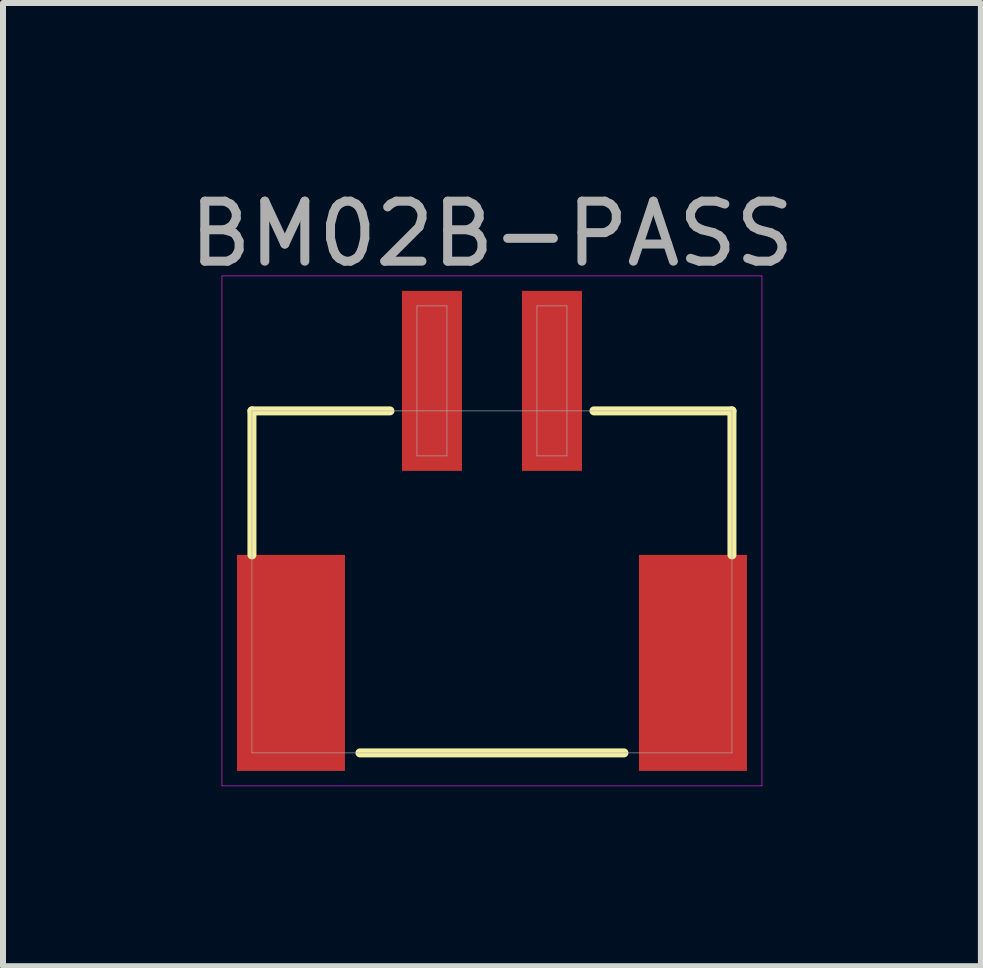
<source format=kicad_pcb>
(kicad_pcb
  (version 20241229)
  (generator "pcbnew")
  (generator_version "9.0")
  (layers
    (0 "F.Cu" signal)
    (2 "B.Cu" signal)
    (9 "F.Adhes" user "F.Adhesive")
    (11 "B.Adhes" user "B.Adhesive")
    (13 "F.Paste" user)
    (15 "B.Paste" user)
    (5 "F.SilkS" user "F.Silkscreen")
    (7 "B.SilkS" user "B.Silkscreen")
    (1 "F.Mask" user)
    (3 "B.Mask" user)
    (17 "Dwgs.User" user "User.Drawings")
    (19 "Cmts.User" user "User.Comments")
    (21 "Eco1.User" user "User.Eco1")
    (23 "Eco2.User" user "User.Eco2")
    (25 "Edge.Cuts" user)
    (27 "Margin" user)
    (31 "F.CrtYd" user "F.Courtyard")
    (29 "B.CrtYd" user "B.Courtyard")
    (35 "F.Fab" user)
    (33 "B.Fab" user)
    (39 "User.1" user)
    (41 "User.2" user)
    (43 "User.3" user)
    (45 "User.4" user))
  (footprint "BM02B-PASS"
    (layer "F.Cu")
    (at 5.149 3.298)
    (property "Reference" "BM02B-PASS" (at 0 -2.45 0) (layer "F.Fab") (effects (font (size 1 1) (thickness 0.15))))
    (attr smd)
    (fp_line (start -4 0.5) (end -1.7 0.5) (stroke (width 0.15) (type solid)) (layer "F.SilkS"))
    (fp_line (start -4 2.9) (end -4 0.5) (stroke (width 0.15) (type solid)) (layer "F.SilkS"))
    (fp_line (start -2.2 6.2) (end 2.2 6.2) (stroke (width 0.15) (type solid)) (layer "F.SilkS"))
    (fp_line (start 4 0.5) (end 1.7 0.5) (stroke (width 0.15) (type solid)) (layer "F.SilkS"))
    (fp_line (start 4 2.9) (end 4 0.5) (stroke (width 0.15) (type solid)) (layer "F.SilkS"))
    (fp_line (start -4.5 -1.75) (end 4.5 -1.75) (stroke (width 0.01) (type solid)) (layer "F.CrtYd"))
    (fp_line (start -4.5 6.75) (end -4.5 -1.75) (stroke (width 0.01) (type solid)) (layer "F.CrtYd"))
    (fp_line (start 4.5 -1.75) (end 4.5 6.75) (stroke (width 0.01) (type solid)) (layer "F.CrtYd"))
    (fp_line (start 4.5 6.75) (end -4.5 6.75) (stroke (width 0.01) (type solid)) (layer "F.CrtYd"))
    (fp_line (start -4 0.5) (end 4 0.5) (stroke (width 0.01) (type solid)) (layer "F.Fab"))
    (fp_line (start -4 6.2) (end -4 0.5) (stroke (width 0.01) (type solid)) (layer "F.Fab"))
    (fp_line (start -1.25 -1.25) (end -0.75 -1.25) (stroke (width 0.01) (type solid)) (layer "F.Fab"))
    (fp_line (start -1.25 1.25) (end -1.25 -1.25) (stroke (width 0.01) (type solid)) (layer "F.Fab"))
    (fp_line (start -0.75 -1.25) (end -0.75 1.25) (stroke (width 0.01) (type solid)) (layer "F.Fab"))
    (fp_line (start -0.75 1.25) (end -1.25 1.25) (stroke (width 0.01) (type solid)) (layer "F.Fab"))
    (fp_line (start 0.75 -1.25) (end 1.25 -1.25) (stroke (width 0.01) (type solid)) (layer "F.Fab"))
    (fp_line (start 0.75 1.25) (end 0.75 -1.25) (stroke (width 0.01) (type solid)) (layer "F.Fab"))
    (fp_line (start 1.25 -1.25) (end 1.25 1.25) (stroke (width 0.01) (type solid)) (layer "F.Fab"))
    (fp_line (start 1.25 1.25) (end 0.75 1.25) (stroke (width 0.01) (type solid)) (layer "F.Fab"))
    (fp_line (start 4 0.5) (end 4 6.2) (stroke (width 0.01) (type solid)) (layer "F.Fab"))
    (fp_line (start 4 6.2) (end -4 6.2) (stroke (width 0.01) (type solid)) (layer "F.Fab"))
    (pad "" smd rect (at -3.35 4.7) (size 1.8 3.6) (layers "F.Cu" "F.Mask" "F.Paste"))
    (pad "" smd rect (at 3.35 4.7) (size 1.8 3.6) (layers "F.Cu" "F.Mask" "F.Paste"))
    (pad "1" smd rect (at 1 0) (size 1 3) (layers "F.Cu" "F.Mask" "F.Paste"))
    (pad "2" smd rect (at -1 0) (size 1 3) (layers "F.Cu" "F.Mask" "F.Paste")))
  (gr_rect
    (start -3 -3)
    (end 13.298 13.053)
    (stroke (width 0.1) (type default))
    (fill no)
    (layer "Edge.Cuts")))
</source>
